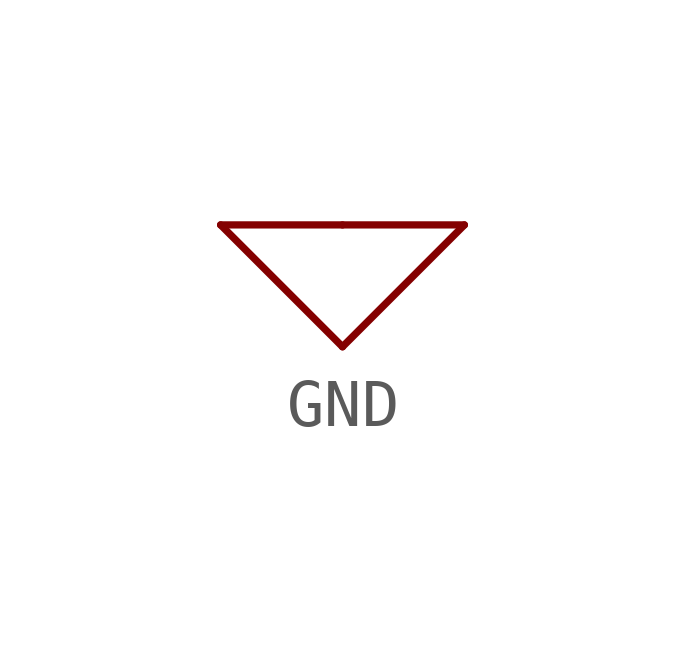
<source format=kicad_sym>
(kicad_symbol_lib
  (version 20220914)
  (generator kicad_symbol_editor)
  (symbol "GND"
    (power)
    (property "Reference" "#X_"
      (at 0 0 0)
      (effects (font (size 1.27 1.27)) hide))
    (property "ki_locked" ""
      (at 0 0 0)
      (effects (font (size 1.27 1.27))))
    (symbol "GND_1_0"
      (polyline (pts (xy -2.54 0) (xy 2.54 0)) (stroke (width 0.152) (type solid)) (fill (type none)))
      (polyline (pts (xy 0 -2.54) (xy -2.54 0)) (stroke (width 0.152) (type solid)) (fill (type none)))
      (polyline (pts (xy 2.54 0) (xy 0 -2.54)) (stroke (width 0.152) (type solid)) (fill (type none)))
      (pin power_in line (at 0 0 0) (length 0) (name "0" (effects (font (size 0 0)))) (number "1" (effects (font (size 0 0))))))))
</source>
